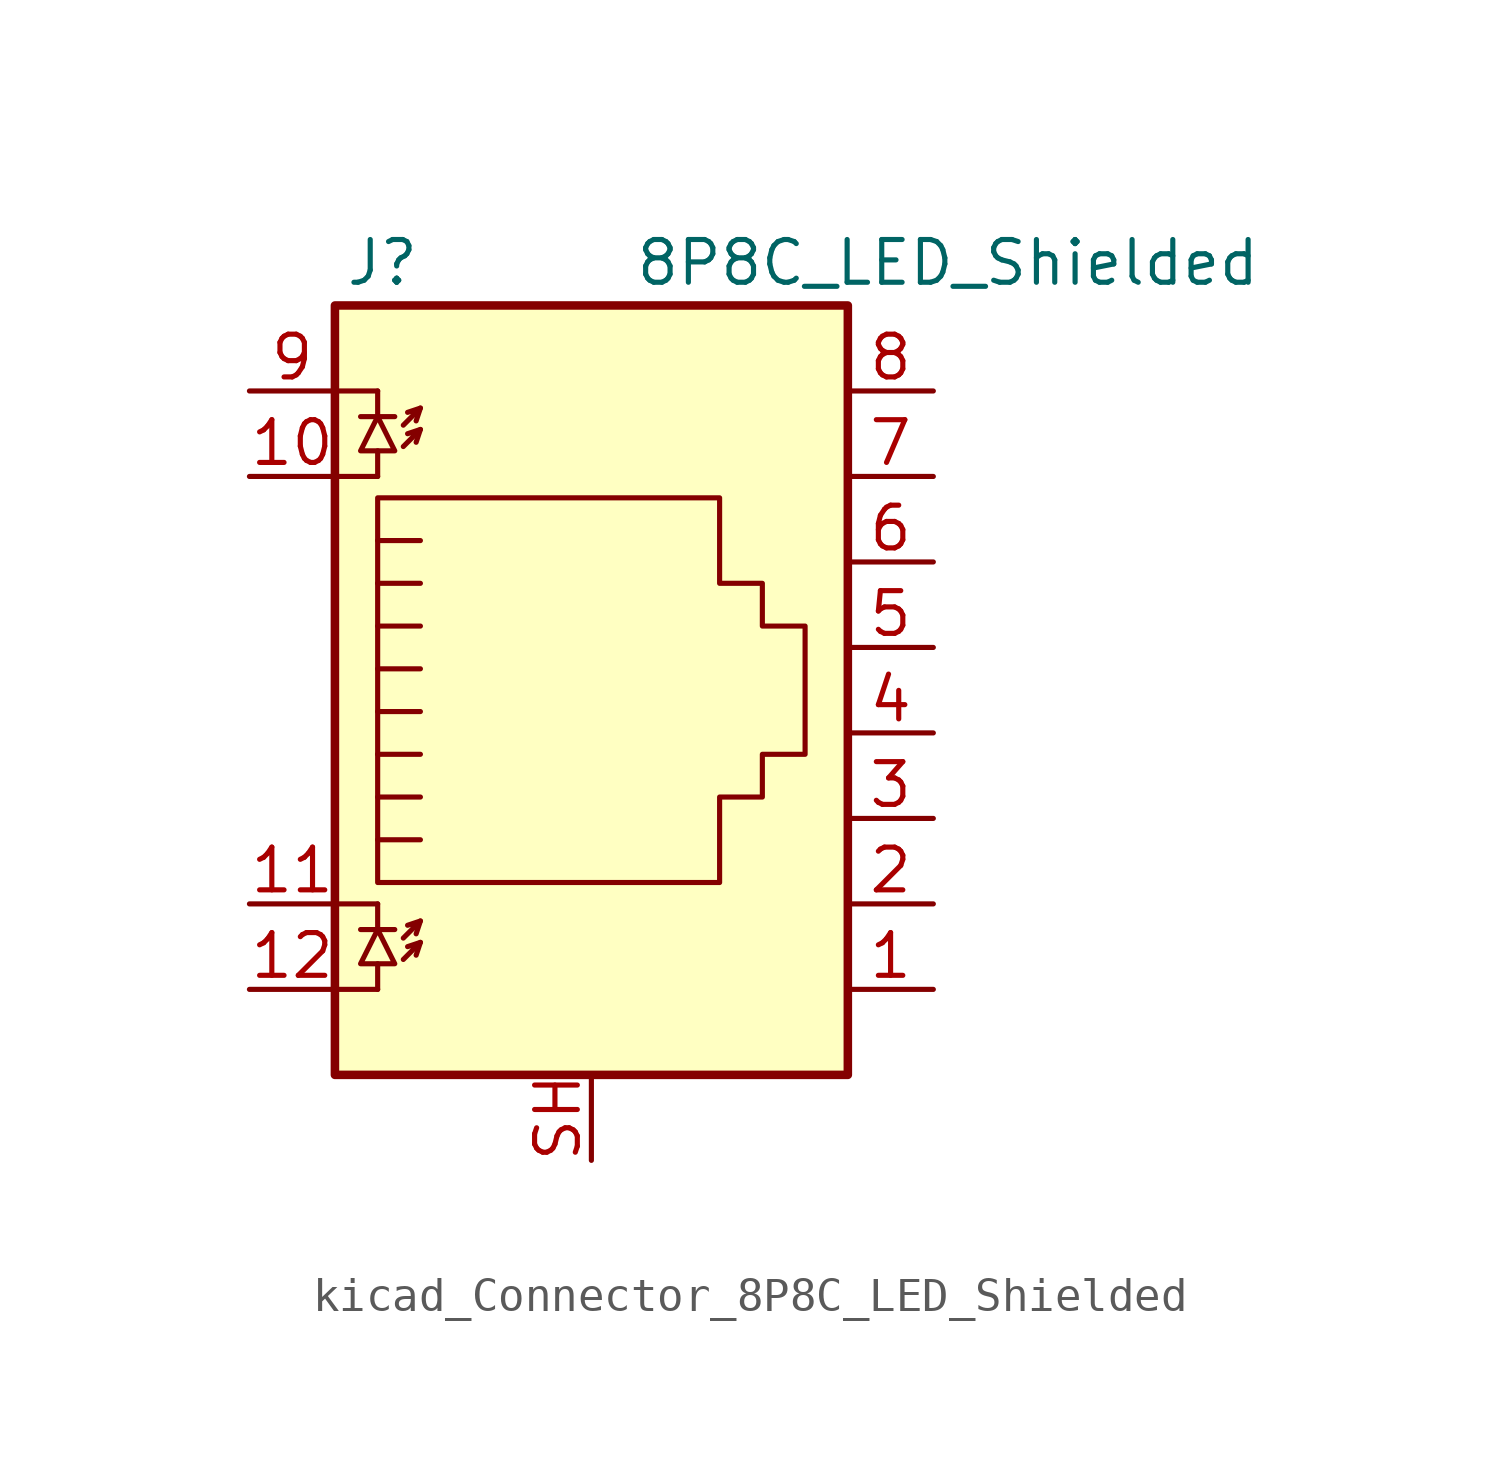
<source format=kicad_sym>
(kicad_symbol_lib
  (version 20220914)
  (generator kicad_symbol_editor)
  (symbol "kicad_Connector_8P8C_LED_Shielded"
    (pin_names
      (offset 1.016))
    (property "Reference" "J"
      (at -5.08 13.97 0)
      (effects (font (size 1.27 1.27)) (justify right)))
    (property "Value" "8P8C_LED_Shielded"
      (at 1.27 13.97 0)
      (effects (font (size 1.27 1.27)) (justify left)))
    (symbol "kicad_Connector_8P8C_LED_Shielded_0_1"
      (polyline (pts (xy -7.62 -7.62) (xy -6.35 -7.62)) (stroke (width 0) (type default)) (fill (type none)))
      (polyline (pts (xy -7.62 -5.08) (xy -6.35 -5.08)) (stroke (width 0) (type default)) (fill (type none)))
      (polyline (pts (xy -7.62 7.62) (xy -6.35 7.62)) (stroke (width 0) (type default)) (fill (type none)))
      (polyline (pts (xy -7.62 10.16) (xy -6.35 10.16)) (stroke (width 0) (type default)) (fill (type none)))
      (polyline (pts (xy -6.858 -5.842) (xy -5.842 -5.842)) (stroke (width 0) (type default)) (fill (type none)))
      (polyline (pts (xy -6.858 9.398) (xy -5.842 9.398)) (stroke (width 0) (type default)) (fill (type none)))
      (polyline (pts (xy -6.35 -7.62) (xy -6.35 -6.858)) (stroke (width 0) (type default)) (fill (type none)))
      (polyline (pts (xy -6.35 -5.08) (xy -6.35 -5.842)) (stroke (width 0) (type default)) (fill (type none)))
      (polyline (pts (xy -6.35 7.62) (xy -6.35 8.382)) (stroke (width 0) (type default)) (fill (type none)))
      (polyline (pts (xy -6.35 10.16) (xy -6.35 9.398)) (stroke (width 0) (type default)) (fill (type none)))
      (polyline (pts (xy -5.08 -6.223) (xy -5.207 -6.604)) (stroke (width 0) (type default)) (fill (type none)))
      (polyline (pts (xy -5.08 -5.588) (xy -5.207 -5.969)) (stroke (width 0) (type default)) (fill (type none)))
      (polyline (pts (xy -5.08 4.445) (xy -6.35 4.445)) (stroke (width 0) (type default)) (fill (type none)))
      (polyline (pts (xy -5.08 5.715) (xy -6.35 5.715)) (stroke (width 0) (type default)) (fill (type none)))
      (polyline (pts (xy -5.08 9.017) (xy -5.207 8.636)) (stroke (width 0) (type default)) (fill (type none)))
      (polyline (pts (xy -5.08 9.652) (xy -5.207 9.271)) (stroke (width 0) (type default)) (fill (type none)))
      (polyline (pts (xy -6.35 -3.175) (xy -5.08 -3.175) (xy -5.08 -3.175)) (stroke (width 0) (type default)) (fill (type none)))
      (polyline (pts (xy -6.35 -1.905) (xy -5.08 -1.905) (xy -5.08 -1.905)) (stroke (width 0) (type default)) (fill (type none)))
      (polyline (pts (xy -6.35 -0.635) (xy -5.08 -0.635) (xy -5.08 -0.635)) (stroke (width 0) (type default)) (fill (type none)))
      (polyline (pts (xy -6.35 0.635) (xy -5.08 0.635) (xy -5.08 0.635)) (stroke (width 0) (type default)) (fill (type none)))
      (polyline (pts (xy -6.35 1.905) (xy -5.08 1.905) (xy -5.08 1.905)) (stroke (width 0) (type default)) (fill (type none)))
      (polyline (pts (xy -5.588 -6.731) (xy -5.08 -6.223) (xy -5.461 -6.35)) (stroke (width 0) (type default)) (fill (type none)))
      (polyline (pts (xy -5.588 -6.096) (xy -5.08 -5.588) (xy -5.461 -5.715)) (stroke (width 0) (type default)) (fill (type none)))
      (polyline (pts (xy -5.588 8.509) (xy -5.08 9.017) (xy -5.461 8.89)) (stroke (width 0) (type default)) (fill (type none)))
      (polyline (pts (xy -5.588 9.144) (xy -5.08 9.652) (xy -5.461 9.525)) (stroke (width 0) (type default)) (fill (type none)))
      (polyline (pts (xy -5.08 3.175) (xy -6.35 3.175) (xy -6.35 3.175)) (stroke (width 0) (type default)) (fill (type none)))
      (polyline (pts (xy -6.35 -5.842) (xy -6.858 -6.858) (xy -5.842 -6.858) (xy -6.35 -5.842)) (stroke (width 0) (type default)) (fill (type none)))
      (polyline (pts (xy -6.35 9.398) (xy -6.858 8.382) (xy -5.842 8.382) (xy -6.35 9.398)) (stroke (width 0) (type default)) (fill (type none)))
      (polyline (pts (xy -6.35 -4.445) (xy -6.35 6.985) (xy 3.81 6.985) (xy 3.81 4.445) (xy 5.08 4.445) (xy 5.08 3.175) (xy 6.35 3.175) (xy 6.35 -0.635) (xy 5.08 -0.635) (xy 5.08 -1.905) (xy 3.81 -1.905) (xy 3.81 -4.445) (xy -6.35 -4.445) (xy -6.35 -4.445)) (stroke (width 0) (type default)) (fill (type none)))
      (rectangle (start 7.62 12.7) (end -7.62 -10.16) (stroke (width 0.254) (type default)) (fill (type background))))
    (symbol "kicad_Connector_8P8C_LED_Shielded_1_1"
      (pin passive line (at 10.16 -7.62 180) (length 2.54) (name "~" (effects (font (size 1.27 1.27)))) (number "1" (effects (font (size 1.27 1.27)))))
      (pin passive line (at -10.16 7.62 0) (length 2.54) (name "~" (effects (font (size 1.27 1.27)))) (number "10" (effects (font (size 1.27 1.27)))))
      (pin passive line (at -10.16 -5.08 0) (length 2.54) (name "~" (effects (font (size 1.27 1.27)))) (number "11" (effects (font (size 1.27 1.27)))))
      (pin passive line (at -10.16 -7.62 0) (length 2.54) (name "~" (effects (font (size 1.27 1.27)))) (number "12" (effects (font (size 1.27 1.27)))))
      (pin passive line (at 10.16 -5.08 180) (length 2.54) (name "~" (effects (font (size 1.27 1.27)))) (number "2" (effects (font (size 1.27 1.27)))))
      (pin passive line (at 10.16 -2.54 180) (length 2.54) (name "~" (effects (font (size 1.27 1.27)))) (number "3" (effects (font (size 1.27 1.27)))))
      (pin passive line (at 10.16 0 180) (length 2.54) (name "~" (effects (font (size 1.27 1.27)))) (number "4" (effects (font (size 1.27 1.27)))))
      (pin passive line (at 10.16 2.54 180) (length 2.54) (name "~" (effects (font (size 1.27 1.27)))) (number "5" (effects (font (size 1.27 1.27)))))
      (pin passive line (at 10.16 5.08 180) (length 2.54) (name "~" (effects (font (size 1.27 1.27)))) (number "6" (effects (font (size 1.27 1.27)))))
      (pin passive line (at 10.16 7.62 180) (length 2.54) (name "~" (effects (font (size 1.27 1.27)))) (number "7" (effects (font (size 1.27 1.27)))))
      (pin passive line (at 10.16 10.16 180) (length 2.54) (name "~" (effects (font (size 1.27 1.27)))) (number "8" (effects (font (size 1.27 1.27)))))
      (pin passive line (at -10.16 10.16 0) (length 2.54) (name "~" (effects (font (size 1.27 1.27)))) (number "9" (effects (font (size 1.27 1.27)))))
      (pin passive line (at 0 -12.7 90) (length 2.54) (name "~" (effects (font (size 1.27 1.27)))) (number "SH" (effects (font (size 1.27 1.27))))))))
</source>
